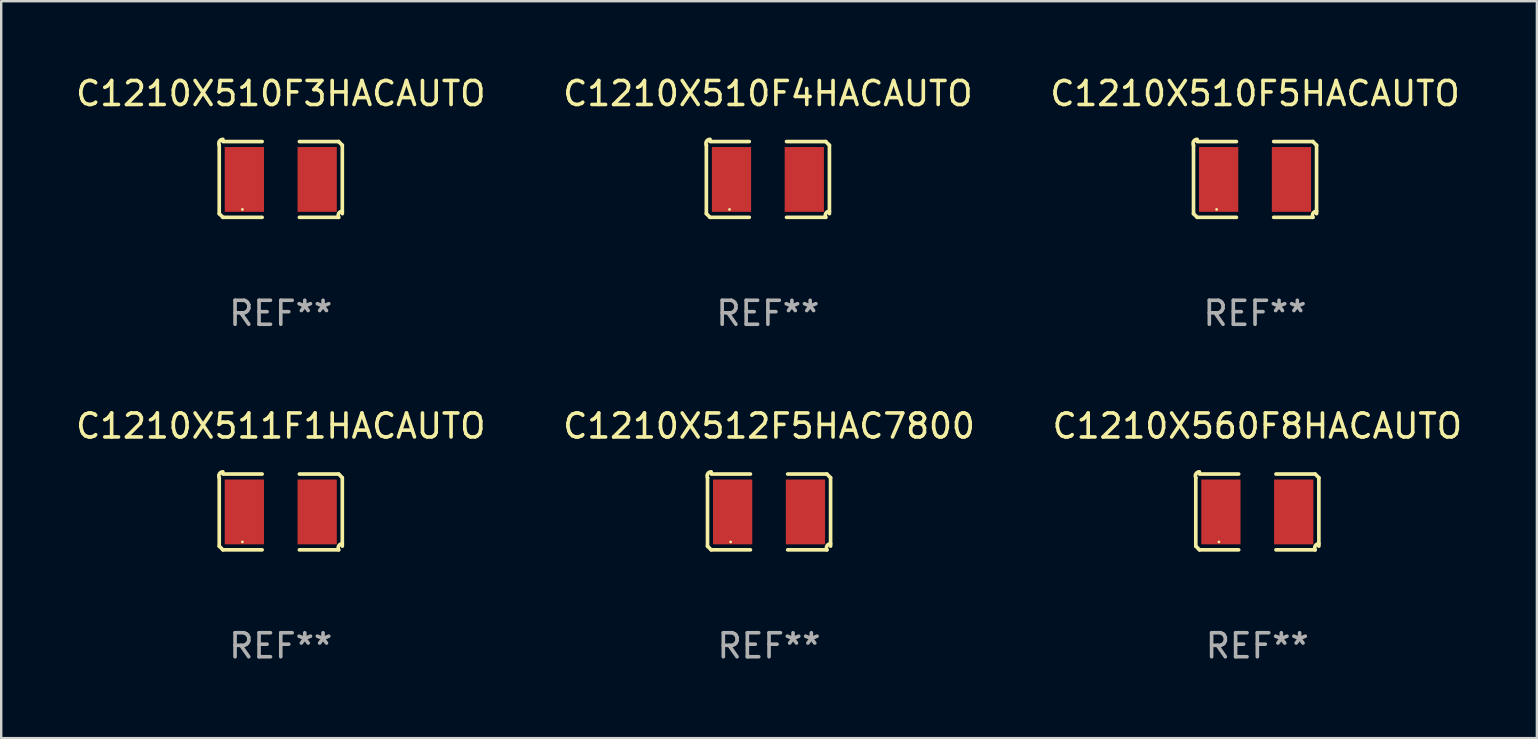
<source format=kicad_pcb>
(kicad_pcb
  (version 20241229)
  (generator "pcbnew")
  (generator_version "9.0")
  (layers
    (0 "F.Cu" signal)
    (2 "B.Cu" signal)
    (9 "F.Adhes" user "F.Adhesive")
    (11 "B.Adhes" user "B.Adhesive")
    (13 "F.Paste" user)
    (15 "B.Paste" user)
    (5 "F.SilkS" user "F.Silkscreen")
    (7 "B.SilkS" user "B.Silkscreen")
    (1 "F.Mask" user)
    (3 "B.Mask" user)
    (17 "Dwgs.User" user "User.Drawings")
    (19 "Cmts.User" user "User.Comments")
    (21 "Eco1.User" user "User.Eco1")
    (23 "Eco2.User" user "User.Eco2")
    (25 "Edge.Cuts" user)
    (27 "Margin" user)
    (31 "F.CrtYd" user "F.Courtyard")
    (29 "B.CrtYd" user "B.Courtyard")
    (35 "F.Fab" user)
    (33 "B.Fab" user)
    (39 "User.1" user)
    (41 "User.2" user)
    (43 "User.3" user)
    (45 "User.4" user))
  (footprint "C1210X510F3HACAUTO"
    (layer "F.Cu")
    (at 8.649 4.427)
    (property "Reference" "C1210X510F3HACAUTO" (at 0 -3.579 0) (layer "F.SilkS") (effects (font (size 1 1) (thickness 0.15))))
    (attr through_hole)
    (fp_line (start -2.564 1.426) (end -2.564 -1.426) (stroke (width 0.152) (type solid)) (layer "F.SilkS"))
    (fp_line (start -2.411 -1.579) (end -0.776 -1.579) (stroke (width 0.152) (type solid)) (layer "F.SilkS"))
    (fp_line (start -0.776 1.579) (end -2.411 1.579) (stroke (width 0.152) (type solid)) (layer "F.SilkS"))
    (fp_line (start 0.776 1.579) (end 2.411 1.579) (stroke (width 0.152) (type solid)) (layer "F.SilkS"))
    (fp_line (start 2.411 -1.579) (end 0.776 -1.579) (stroke (width 0.152) (type solid)) (layer "F.SilkS"))
    (fp_line (start 2.564 1.426) (end 2.564 -1.426) (stroke (width 0.152) (type solid)) (layer "F.SilkS"))
    (fp_arc (start -2.563602 -1.426213) (mid -2.555597 -1.591233) (end -2.411201 -1.671518) (stroke (width 0.1524) (type solid)) (layer "F.SilkS"))
    (fp_arc (start -2.5636 1.426214) (mid -2.487389 1.502402) (end -2.411201 1.578613) (stroke (width 0.1524) (type solid)) (layer "F.SilkS"))
    (fp_arc (start 2.411197 -1.578618) (mid 2.487403 -1.502419) (end 2.563602 -1.426213) (stroke (width 0.1524) (type solid)) (layer "F.SilkS"))
    (fp_arc (start 2.411201 1.578613) (mid 2.416214 1.409455) (end 2.563602 1.32629) (stroke (width 0.1524) (type solid)) (layer "F.SilkS"))
    (fp_circle (center -1.6 1.25) (end -1.57 1.25) (stroke (width 0.06) (type solid)) (fill no) (layer "F.SilkS"))
    (fp_text user "REF**" (at 0 5.579 0) (layer "F.Fab") (effects (font (size 1 1) (thickness 0.15))))
    (pad "1" smd rect (at -1.517 0) (size 1.635 2.7) (layers "F.Cu" "F.Mask" "F.Paste"))
    (pad "2" smd rect (at 1.517 0) (size 1.635 2.7) (layers "F.Cu" "F.Mask" "F.Paste")))
  (footprint "C1210X512F5HAC7800"
    (layer "F.Cu")
    (at 28.994 18.281)
    (property "Reference" "C1210X512F5HAC7800" (at 0 -3.579 0) (layer "F.SilkS") (effects (font (size 1 1) (thickness 0.15))))
    (attr through_hole)
    (fp_line (start -2.564 1.426) (end -2.564 -1.426) (stroke (width 0.152) (type solid)) (layer "F.SilkS"))
    (fp_line (start -2.411 -1.579) (end -0.776 -1.579) (stroke (width 0.152) (type solid)) (layer "F.SilkS"))
    (fp_line (start -0.776 1.579) (end -2.411 1.579) (stroke (width 0.152) (type solid)) (layer "F.SilkS"))
    (fp_line (start 0.776 1.579) (end 2.411 1.579) (stroke (width 0.152) (type solid)) (layer "F.SilkS"))
    (fp_line (start 2.411 -1.579) (end 0.776 -1.579) (stroke (width 0.152) (type solid)) (layer "F.SilkS"))
    (fp_line (start 2.564 1.426) (end 2.564 -1.426) (stroke (width 0.152) (type solid)) (layer "F.SilkS"))
    (fp_arc (start -2.563602 -1.426213) (mid -2.555597 -1.591233) (end -2.411201 -1.671518) (stroke (width 0.1524) (type solid)) (layer "F.SilkS"))
    (fp_arc (start -2.5636 1.426214) (mid -2.487389 1.502402) (end -2.411201 1.578613) (stroke (width 0.1524) (type solid)) (layer "F.SilkS"))
    (fp_arc (start 2.411197 -1.578618) (mid 2.487403 -1.502419) (end 2.563602 -1.426213) (stroke (width 0.1524) (type solid)) (layer "F.SilkS"))
    (fp_arc (start 2.411201 1.578613) (mid 2.416214 1.409455) (end 2.563602 1.32629) (stroke (width 0.1524) (type solid)) (layer "F.SilkS"))
    (fp_circle (center -1.6 1.25) (end -1.57 1.25) (stroke (width 0.06) (type solid)) (fill no) (layer "F.SilkS"))
    (fp_text user "REF**" (at 0 5.579 0) (layer "F.Fab") (effects (font (size 1 1) (thickness 0.15))))
    (pad "1" smd rect (at -1.517 0) (size 1.635 2.7) (layers "F.Cu" "F.Mask" "F.Paste"))
    (pad "2" smd rect (at 1.517 0) (size 1.635 2.7) (layers "F.Cu" "F.Mask" "F.Paste")))
  (footprint "C1210X510F5HACAUTO"
    (layer "F.Cu")
    (at 49.244 4.427)
    (property "Reference" "C1210X510F5HACAUTO" (at 0 -3.579 0) (layer "F.SilkS") (effects (font (size 1 1) (thickness 0.15))))
    (attr through_hole)
    (fp_line (start -2.564 1.426) (end -2.564 -1.426) (stroke (width 0.152) (type solid)) (layer "F.SilkS"))
    (fp_line (start -2.411 -1.579) (end -0.776 -1.579) (stroke (width 0.152) (type solid)) (layer "F.SilkS"))
    (fp_line (start -0.776 1.579) (end -2.411 1.579) (stroke (width 0.152) (type solid)) (layer "F.SilkS"))
    (fp_line (start 0.776 1.579) (end 2.411 1.579) (stroke (width 0.152) (type solid)) (layer "F.SilkS"))
    (fp_line (start 2.411 -1.579) (end 0.776 -1.579) (stroke (width 0.152) (type solid)) (layer "F.SilkS"))
    (fp_line (start 2.564 1.426) (end 2.564 -1.426) (stroke (width 0.152) (type solid)) (layer "F.SilkS"))
    (fp_arc (start -2.563602 -1.426213) (mid -2.555597 -1.591233) (end -2.411201 -1.671518) (stroke (width 0.1524) (type solid)) (layer "F.SilkS"))
    (fp_arc (start -2.5636 1.426214) (mid -2.487389 1.502402) (end -2.411201 1.578613) (stroke (width 0.1524) (type solid)) (layer "F.SilkS"))
    (fp_arc (start 2.411197 -1.578618) (mid 2.487403 -1.502419) (end 2.563602 -1.426213) (stroke (width 0.1524) (type solid)) (layer "F.SilkS"))
    (fp_arc (start 2.411201 1.578613) (mid 2.416214 1.409455) (end 2.563602 1.32629) (stroke (width 0.1524) (type solid)) (layer "F.SilkS"))
    (fp_circle (center -1.6 1.25) (end -1.57 1.25) (stroke (width 0.06) (type solid)) (fill no) (layer "F.SilkS"))
    (fp_text user "REF**" (at 0 5.579 0) (layer "F.Fab") (effects (font (size 1 1) (thickness 0.15))))
    (pad "1" smd rect (at -1.517 0) (size 1.635 2.7) (layers "F.Cu" "F.Mask" "F.Paste"))
    (pad "2" smd rect (at 1.517 0) (size 1.635 2.7) (layers "F.Cu" "F.Mask" "F.Paste")))
  (footprint "C1210X560F8HACAUTO"
    (layer "F.Cu")
    (at 49.339 18.281)
    (property "Reference" "C1210X560F8HACAUTO" (at 0 -3.579 0) (layer "F.SilkS") (effects (font (size 1 1) (thickness 0.15))))
    (attr through_hole)
    (fp_line (start -2.564 1.426) (end -2.564 -1.426) (stroke (width 0.152) (type solid)) (layer "F.SilkS"))
    (fp_line (start -2.411 -1.579) (end -0.776 -1.579) (stroke (width 0.152) (type solid)) (layer "F.SilkS"))
    (fp_line (start -0.776 1.579) (end -2.411 1.579) (stroke (width 0.152) (type solid)) (layer "F.SilkS"))
    (fp_line (start 0.776 1.579) (end 2.411 1.579) (stroke (width 0.152) (type solid)) (layer "F.SilkS"))
    (fp_line (start 2.411 -1.579) (end 0.776 -1.579) (stroke (width 0.152) (type solid)) (layer "F.SilkS"))
    (fp_line (start 2.564 1.426) (end 2.564 -1.426) (stroke (width 0.152) (type solid)) (layer "F.SilkS"))
    (fp_arc (start -2.563602 -1.426213) (mid -2.555597 -1.591233) (end -2.411201 -1.671518) (stroke (width 0.1524) (type solid)) (layer "F.SilkS"))
    (fp_arc (start -2.5636 1.426214) (mid -2.487389 1.502402) (end -2.411201 1.578613) (stroke (width 0.1524) (type solid)) (layer "F.SilkS"))
    (fp_arc (start 2.411197 -1.578618) (mid 2.487403 -1.502419) (end 2.563602 -1.426213) (stroke (width 0.1524) (type solid)) (layer "F.SilkS"))
    (fp_arc (start 2.411201 1.578613) (mid 2.416214 1.409455) (end 2.563602 1.32629) (stroke (width 0.1524) (type solid)) (layer "F.SilkS"))
    (fp_circle (center -1.6 1.25) (end -1.57 1.25) (stroke (width 0.06) (type solid)) (fill no) (layer "F.SilkS"))
    (fp_text user "REF**" (at 0 5.579 0) (layer "F.Fab") (effects (font (size 1 1) (thickness 0.15))))
    (pad "1" smd rect (at -1.517 0) (size 1.635 2.7) (layers "F.Cu" "F.Mask" "F.Paste"))
    (pad "2" smd rect (at 1.517 0) (size 1.635 2.7) (layers "F.Cu" "F.Mask" "F.Paste")))
  (footprint "C1210X511F1HACAUTO"
    (layer "F.Cu")
    (at 8.649 18.281)
    (property "Reference" "C1210X511F1HACAUTO" (at 0 -3.579 0) (layer "F.SilkS") (effects (font (size 1 1) (thickness 0.15))))
    (attr through_hole)
    (fp_line (start -2.564 1.426) (end -2.564 -1.426) (stroke (width 0.152) (type solid)) (layer "F.SilkS"))
    (fp_line (start -2.411 -1.579) (end -0.776 -1.579) (stroke (width 0.152) (type solid)) (layer "F.SilkS"))
    (fp_line (start -0.776 1.579) (end -2.411 1.579) (stroke (width 0.152) (type solid)) (layer "F.SilkS"))
    (fp_line (start 0.776 1.579) (end 2.411 1.579) (stroke (width 0.152) (type solid)) (layer "F.SilkS"))
    (fp_line (start 2.411 -1.579) (end 0.776 -1.579) (stroke (width 0.152) (type solid)) (layer "F.SilkS"))
    (fp_line (start 2.564 1.426) (end 2.564 -1.426) (stroke (width 0.152) (type solid)) (layer "F.SilkS"))
    (fp_arc (start -2.563602 -1.426213) (mid -2.555597 -1.591233) (end -2.411201 -1.671518) (stroke (width 0.1524) (type solid)) (layer "F.SilkS"))
    (fp_arc (start -2.5636 1.426214) (mid -2.487389 1.502402) (end -2.411201 1.578613) (stroke (width 0.1524) (type solid)) (layer "F.SilkS"))
    (fp_arc (start 2.411197 -1.578618) (mid 2.487403 -1.502419) (end 2.563602 -1.426213) (stroke (width 0.1524) (type solid)) (layer "F.SilkS"))
    (fp_arc (start 2.411201 1.578613) (mid 2.416214 1.409455) (end 2.563602 1.32629) (stroke (width 0.1524) (type solid)) (layer "F.SilkS"))
    (fp_circle (center -1.6 1.25) (end -1.57 1.25) (stroke (width 0.06) (type solid)) (fill no) (layer "F.SilkS"))
    (fp_text user "REF**" (at 0 5.579 0) (layer "F.Fab") (effects (font (size 1 1) (thickness 0.15))))
    (pad "1" smd rect (at -1.517 0) (size 1.635 2.7) (layers "F.Cu" "F.Mask" "F.Paste"))
    (pad "2" smd rect (at 1.517 0) (size 1.635 2.7) (layers "F.Cu" "F.Mask" "F.Paste")))
  (footprint "C1210X510F4HACAUTO"
    (layer "F.Cu")
    (at 28.946 4.427)
    (property "Reference" "C1210X510F4HACAUTO" (at 0 -3.579 0) (layer "F.SilkS") (effects (font (size 1 1) (thickness 0.15))))
    (attr through_hole)
    (fp_line (start -2.564 1.426) (end -2.564 -1.426) (stroke (width 0.152) (type solid)) (layer "F.SilkS"))
    (fp_line (start -2.411 -1.579) (end -0.776 -1.579) (stroke (width 0.152) (type solid)) (layer "F.SilkS"))
    (fp_line (start -0.776 1.579) (end -2.411 1.579) (stroke (width 0.152) (type solid)) (layer "F.SilkS"))
    (fp_line (start 0.776 1.579) (end 2.411 1.579) (stroke (width 0.152) (type solid)) (layer "F.SilkS"))
    (fp_line (start 2.411 -1.579) (end 0.776 -1.579) (stroke (width 0.152) (type solid)) (layer "F.SilkS"))
    (fp_line (start 2.564 1.426) (end 2.564 -1.426) (stroke (width 0.152) (type solid)) (layer "F.SilkS"))
    (fp_arc (start -2.563602 -1.426213) (mid -2.555597 -1.591233) (end -2.411201 -1.671518) (stroke (width 0.1524) (type solid)) (layer "F.SilkS"))
    (fp_arc (start -2.5636 1.426214) (mid -2.487389 1.502402) (end -2.411201 1.578613) (stroke (width 0.1524) (type solid)) (layer "F.SilkS"))
    (fp_arc (start 2.411197 -1.578618) (mid 2.487403 -1.502419) (end 2.563602 -1.426213) (stroke (width 0.1524) (type solid)) (layer "F.SilkS"))
    (fp_arc (start 2.411201 1.578613) (mid 2.416214 1.409455) (end 2.563602 1.32629) (stroke (width 0.1524) (type solid)) (layer "F.SilkS"))
    (fp_circle (center -1.6 1.25) (end -1.57 1.25) (stroke (width 0.06) (type solid)) (fill no) (layer "F.SilkS"))
    (fp_text user "REF**" (at 0 5.579 0) (layer "F.Fab") (effects (font (size 1 1) (thickness 0.15))))
    (pad "1" smd rect (at -1.517 0) (size 1.635 2.7) (layers "F.Cu" "F.Mask" "F.Paste"))
    (pad "2" smd rect (at 1.517 0) (size 1.635 2.7) (layers "F.Cu" "F.Mask" "F.Paste")))
  (gr_rect
    (start -3 -3)
    (end 60.988 27.707)
    (stroke (width 0.1) (type default))
    (fill no)
    (layer "Edge.Cuts")))
</source>
